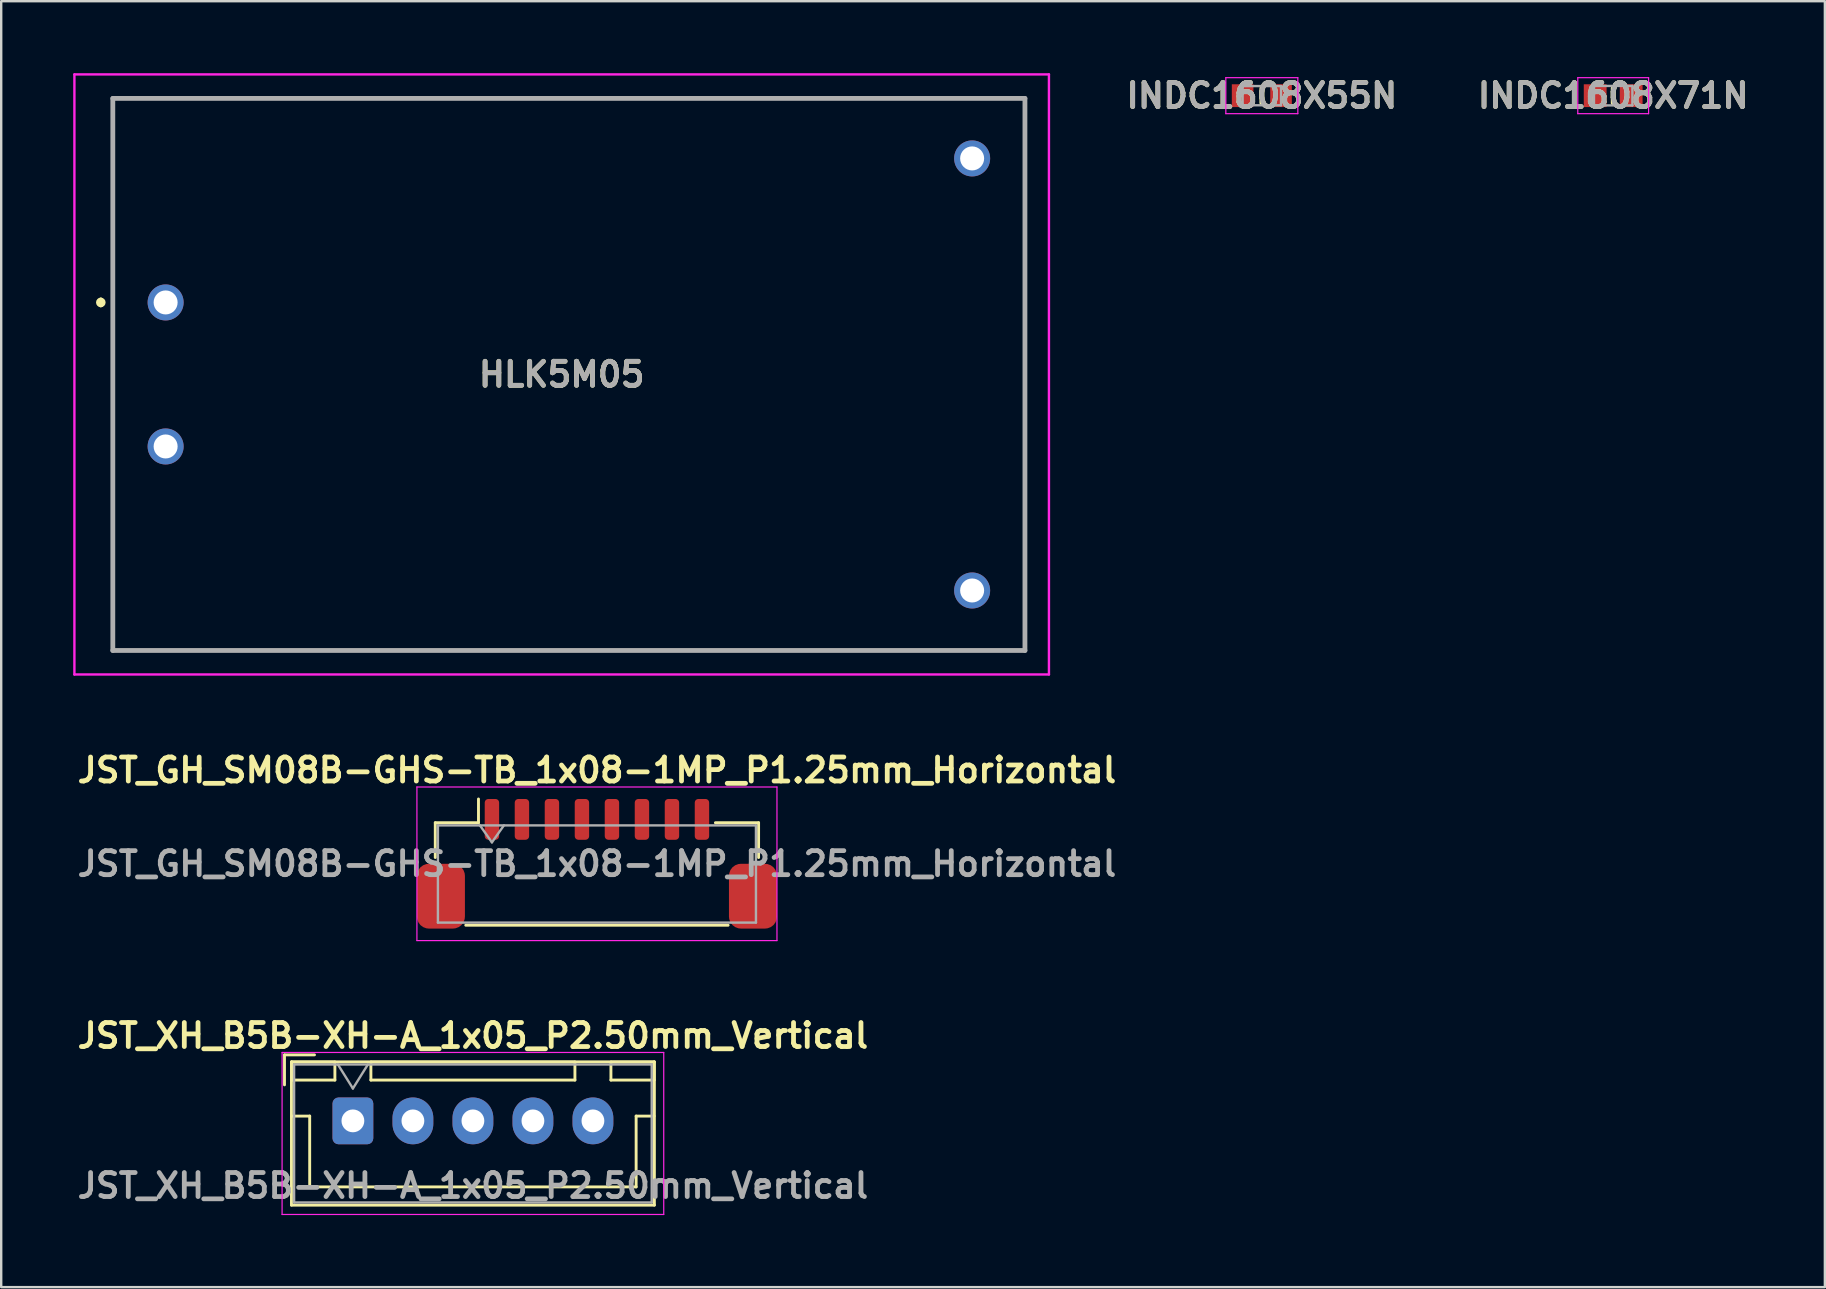
<source format=kicad_pcb>
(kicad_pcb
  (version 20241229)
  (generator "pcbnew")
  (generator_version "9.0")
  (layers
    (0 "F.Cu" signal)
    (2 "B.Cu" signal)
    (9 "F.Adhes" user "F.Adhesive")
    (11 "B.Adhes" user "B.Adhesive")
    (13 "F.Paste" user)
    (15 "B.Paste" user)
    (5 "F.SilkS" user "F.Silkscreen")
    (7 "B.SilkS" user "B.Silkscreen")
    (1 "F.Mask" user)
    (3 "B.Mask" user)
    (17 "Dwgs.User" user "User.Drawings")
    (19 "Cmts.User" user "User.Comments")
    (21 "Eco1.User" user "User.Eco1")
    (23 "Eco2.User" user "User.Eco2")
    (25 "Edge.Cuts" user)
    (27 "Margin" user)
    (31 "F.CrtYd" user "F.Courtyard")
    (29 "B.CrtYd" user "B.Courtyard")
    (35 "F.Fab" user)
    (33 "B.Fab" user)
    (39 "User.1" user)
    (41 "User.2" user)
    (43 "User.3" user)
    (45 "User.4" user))
  (footprint "INDC1608X55N"
    (layer "F.Cu")
    (at 49.519 0.936)
    (property "Reference" "INDC1608X55N" (at 0 0 0) (layer "F.SilkS") (effects (font (size 1 1) (thickness 0.2))))
    (attr smd)
    (fp_line (start 0 -0.3) (end 0 0.3) (stroke (width 0.2) (type solid)) (layer "F.SilkS"))
    (fp_line (start -1.5 -0.75) (end 1.5 -0.75) (stroke (width 0.05) (type solid)) (layer "F.CrtYd"))
    (fp_line (start -1.5 0.75) (end -1.5 -0.75) (stroke (width 0.05) (type solid)) (layer "F.CrtYd"))
    (fp_line (start 1.5 -0.75) (end 1.5 0.75) (stroke (width 0.05) (type solid)) (layer "F.CrtYd"))
    (fp_line (start 1.5 0.75) (end -1.5 0.75) (stroke (width 0.05) (type solid)) (layer "F.CrtYd"))
    (fp_line (start -0.8 -0.4) (end 0.8 -0.4) (stroke (width 0.1) (type solid)) (layer "F.Fab"))
    (fp_line (start -0.8 0.4) (end -0.8 -0.4) (stroke (width 0.1) (type solid)) (layer "F.Fab"))
    (fp_line (start 0.8 -0.4) (end 0.8 0.4) (stroke (width 0.1) (type solid)) (layer "F.Fab"))
    (fp_line (start 0.8 0.4) (end -0.8 0.4) (stroke (width 0.1) (type solid)) (layer "F.Fab"))
    (fp_text user "${REFERENCE}" (at 0 0 0) (layer "F.Fab") (effects (font (size 1 1) (thickness 0.2))))
    (pad "1" smd rect (at -0.8 0) (size 0.9 0.95) (layers "F.Cu" "F.Mask" "F.Paste"))
    (pad "2" smd rect (at 0.8 0) (size 0.9 0.95) (layers "F.Cu" "F.Mask" "F.Paste")))
  (footprint "JST_XH_B5B-XH-A_1x05_P2.50mm_Vertical"
    (layer "F.Cu")
    (at 16.652 43.647)
    (property "Reference" "JST_XH_B5B-XH-A_1x05_P2.50mm_Vertical" (at 0 -3.55 0) (layer "F.SilkS") (effects (font (size 1 1) (thickness 0.2))))
    (attr through_hole)
    (fp_line (start -7.85 -2.75) (end -7.85 -1.5) (stroke (width 0.12) (type solid)) (layer "F.SilkS"))
    (fp_line (start -7.56 -2.46) (end -7.56 3.51) (stroke (width 0.12) (type solid)) (layer "F.SilkS"))
    (fp_line (start -7.56 3.51) (end 7.56 3.51) (stroke (width 0.12) (type solid)) (layer "F.SilkS"))
    (fp_line (start -7.55 -2.45) (end -7.55 -1.7) (stroke (width 0.12) (type solid)) (layer "F.SilkS"))
    (fp_line (start -7.55 -1.7) (end -5.75 -1.7) (stroke (width 0.12) (type solid)) (layer "F.SilkS"))
    (fp_line (start -7.55 -0.2) (end -6.8 -0.2) (stroke (width 0.12) (type solid)) (layer "F.SilkS"))
    (fp_line (start -6.8 -0.2) (end -6.8 2.75) (stroke (width 0.12) (type solid)) (layer "F.SilkS"))
    (fp_line (start -6.8 2.75) (end 0 2.75) (stroke (width 0.12) (type solid)) (layer "F.SilkS"))
    (fp_line (start -6.6 -2.75) (end -7.85 -2.75) (stroke (width 0.12) (type solid)) (layer "F.SilkS"))
    (fp_line (start -5.75 -2.45) (end -7.55 -2.45) (stroke (width 0.12) (type solid)) (layer "F.SilkS"))
    (fp_line (start -5.75 -1.7) (end -5.75 -2.45) (stroke (width 0.12) (type solid)) (layer "F.SilkS"))
    (fp_line (start -4.25 -2.45) (end -4.25 -1.7) (stroke (width 0.12) (type solid)) (layer "F.SilkS"))
    (fp_line (start -4.25 -1.7) (end 4.25 -1.7) (stroke (width 0.12) (type solid)) (layer "F.SilkS"))
    (fp_line (start 4.25 -2.45) (end -4.25 -2.45) (stroke (width 0.12) (type solid)) (layer "F.SilkS"))
    (fp_line (start 4.25 -1.7) (end 4.25 -2.45) (stroke (width 0.12) (type solid)) (layer "F.SilkS"))
    (fp_line (start 5.75 -2.45) (end 5.75 -1.7) (stroke (width 0.12) (type solid)) (layer "F.SilkS"))
    (fp_line (start 5.75 -1.7) (end 7.55 -1.7) (stroke (width 0.12) (type solid)) (layer "F.SilkS"))
    (fp_line (start 6.8 -0.2) (end 6.8 2.75) (stroke (width 0.12) (type solid)) (layer "F.SilkS"))
    (fp_line (start 6.8 2.75) (end 0 2.75) (stroke (width 0.12) (type solid)) (layer "F.SilkS"))
    (fp_line (start 7.55 -2.45) (end 5.75 -2.45) (stroke (width 0.12) (type solid)) (layer "F.SilkS"))
    (fp_line (start 7.55 -1.7) (end 7.55 -2.45) (stroke (width 0.12) (type solid)) (layer "F.SilkS"))
    (fp_line (start 7.55 -0.2) (end 6.8 -0.2) (stroke (width 0.12) (type solid)) (layer "F.SilkS"))
    (fp_line (start 7.56 -2.46) (end -7.56 -2.46) (stroke (width 0.12) (type solid)) (layer "F.SilkS"))
    (fp_line (start 7.56 3.51) (end 7.56 -2.46) (stroke (width 0.12) (type solid)) (layer "F.SilkS"))
    (fp_line (start -7.95 -2.85) (end -7.95 3.9) (stroke (width 0.05) (type solid)) (layer "F.CrtYd"))
    (fp_line (start -7.95 3.9) (end 7.95 3.9) (stroke (width 0.05) (type solid)) (layer "F.CrtYd"))
    (fp_line (start 7.95 -2.85) (end -7.95 -2.85) (stroke (width 0.05) (type solid)) (layer "F.CrtYd"))
    (fp_line (start 7.95 3.9) (end 7.95 -2.85) (stroke (width 0.05) (type solid)) (layer "F.CrtYd"))
    (fp_line (start -7.45 -2.35) (end -7.45 3.4) (stroke (width 0.1) (type solid)) (layer "F.Fab"))
    (fp_line (start -7.45 3.4) (end 7.45 3.4) (stroke (width 0.1) (type solid)) (layer "F.Fab"))
    (fp_line (start -5.625 -2.35) (end -5 -1.35) (stroke (width 0.1) (type solid)) (layer "F.Fab"))
    (fp_line (start -5 -1.35) (end -4.375 -2.35) (stroke (width 0.1) (type solid)) (layer "F.Fab"))
    (fp_line (start 7.45 -2.35) (end -7.45 -2.35) (stroke (width 0.1) (type solid)) (layer "F.Fab"))
    (fp_line (start 7.45 3.4) (end 7.45 -2.35) (stroke (width 0.1) (type solid)) (layer "F.Fab"))
    (fp_text user "${REFERENCE}" (at 0 2.7 0) (layer "F.Fab") (effects (font (size 1 1) (thickness 0.2))))
    (pad "1" thru_hole roundrect (at -5 0) (size 1.7 1.95) (drill 0.95) (layers "*.Cu" "*.Mask") (roundrect_rratio 0.147))
    (pad "2" thru_hole oval (at -2.5 0) (size 1.7 1.95) (drill 0.95) (layers "*.Cu" "*.Mask"))
    (pad "3" thru_hole oval (at 0 0) (size 1.7 1.95) (drill 0.95) (layers "*.Cu" "*.Mask"))
    (pad "4" thru_hole oval (at 2.5 0) (size 1.7 1.95) (drill 0.95) (layers "*.Cu" "*.Mask"))
    (pad "5" thru_hole oval (at 5 0) (size 1.7 1.95) (drill 0.95) (layers "*.Cu" "*.Mask")))
  (footprint "INDC1608X71N"
    (layer "F.Cu")
    (at 64.157 0.936)
    (property "Reference" "INDC1608X71N" (at 0 0 0) (layer "F.SilkS") (effects (font (size 1 1) (thickness 0.2))))
    (attr smd)
    (fp_line (start 0 -0.305) (end 0 0.305) (stroke (width 0.2) (type solid)) (layer "F.SilkS"))
    (fp_line (start -1.475 -0.75) (end 1.475 -0.75) (stroke (width 0.05) (type solid)) (layer "F.CrtYd"))
    (fp_line (start -1.475 0.75) (end -1.475 -0.75) (stroke (width 0.05) (type solid)) (layer "F.CrtYd"))
    (fp_line (start 1.475 -0.75) (end 1.475 0.75) (stroke (width 0.05) (type solid)) (layer "F.CrtYd"))
    (fp_line (start 1.475 0.75) (end -1.475 0.75) (stroke (width 0.05) (type solid)) (layer "F.CrtYd"))
    (fp_line (start -0.8 -0.405) (end 0.8 -0.405) (stroke (width 0.1) (type solid)) (layer "F.Fab"))
    (fp_line (start -0.8 0.405) (end -0.8 -0.405) (stroke (width 0.1) (type solid)) (layer "F.Fab"))
    (fp_line (start 0.8 -0.405) (end 0.8 0.405) (stroke (width 0.1) (type solid)) (layer "F.Fab"))
    (fp_line (start 0.8 0.405) (end -0.8 0.405) (stroke (width 0.1) (type solid)) (layer "F.Fab"))
    (fp_text user "${REFERENCE}" (at 0 0 0) (layer "F.Fab") (effects (font (size 1 1) (thickness 0.2))))
    (pad "1" smd rect (at -0.75 0 90) (size 0.95 0.95) (layers "F.Cu" "F.Mask" "F.Paste"))
    (pad "2" smd rect (at 0.75 0 90) (size 0.95 0.95) (layers "F.Cu" "F.Mask" "F.Paste")))
  (footprint "HLK5M05"
    (layer "F.Cu")
    (at 20.65 12.55)
    (property "Reference" "HLK5M05" (at -0.3 0 0) (layer "F.SilkS") (effects (font (size 1 1) (thickness 0.2))))
    (attr through_hole)
    (fp_line (start -19.5 -3.1) (end -19.5 -3.1) (stroke (width 0.2) (type solid)) (layer "F.SilkS"))
    (fp_line (start -19.5 -2.9) (end -19.5 -2.9) (stroke (width 0.2) (type solid)) (layer "F.SilkS"))
    (fp_line (start -19 -11.5) (end 19 -11.5) (stroke (width 0.1) (type solid)) (layer "F.SilkS"))
    (fp_line (start -19 11.5) (end -19 -11.5) (stroke (width 0.1) (type solid)) (layer "F.SilkS"))
    (fp_line (start 19 -11.5) (end 19 11.5) (stroke (width 0.1) (type solid)) (layer "F.SilkS"))
    (fp_line (start 19 11.5) (end -19 11.5) (stroke (width 0.1) (type solid)) (layer "F.SilkS"))
    (fp_arc (start -19.5 -3.1) (mid -19.4 -3) (end -19.5 -2.9) (stroke (width 0.2) (type solid)) (layer "F.SilkS"))
    (fp_arc (start -19.5 -2.9) (mid -19.6 -3) (end -19.5 -3.1) (stroke (width 0.2) (type solid)) (layer "F.SilkS"))
    (fp_line (start -20.6 -12.5) (end 20 -12.5) (stroke (width 0.1) (type solid)) (layer "F.CrtYd"))
    (fp_line (start -20.6 12.5) (end -20.6 -12.5) (stroke (width 0.1) (type solid)) (layer "F.CrtYd"))
    (fp_line (start 20 -12.5) (end 20 12.5) (stroke (width 0.1) (type solid)) (layer "F.CrtYd"))
    (fp_line (start 20 12.5) (end -20.6 12.5) (stroke (width 0.1) (type solid)) (layer "F.CrtYd"))
    (fp_line (start -19 -11.5) (end 19 -11.5) (stroke (width 0.2) (type solid)) (layer "F.Fab"))
    (fp_line (start -19 11.5) (end -19 -11.5) (stroke (width 0.2) (type solid)) (layer "F.Fab"))
    (fp_line (start 19 -11.5) (end 19 11.5) (stroke (width 0.2) (type solid)) (layer "F.Fab"))
    (fp_line (start 19 11.5) (end -19 11.5) (stroke (width 0.2) (type solid)) (layer "F.Fab"))
    (fp_text user "${REFERENCE}" (at -0.3 0 0) (layer "F.Fab") (effects (font (size 1 1) (thickness 0.2))))
    (pad "1" thru_hole circle (at -16.8 -3) (size 1.5 1.5) (drill 1) (layers "*.Cu" "*.Mask"))
    (pad "2" thru_hole circle (at -16.8 3) (size 1.5 1.5) (drill 1) (layers "*.Cu" "*.Mask"))
    (pad "3" thru_hole circle (at 16.8 -9) (size 1.5 1.5) (drill 1) (layers "*.Cu" "*.Mask"))
    (pad "4" thru_hole circle (at 16.8 9) (size 1.5 1.5) (drill 1) (layers "*.Cu" "*.Mask")))
  (footprint "JST_GH_SM08B-GHS-TB_1x08-1MP_P1.25mm_Horizontal"
    (layer "F.Cu")
    (at 21.819 32.936)
    (property "Reference" "JST_GH_SM08B-GHS-TB_1x08-1MP_P1.25mm_Horizontal" (at 0 -3.9 0) (layer "F.SilkS") (effects (font (size 1 1) (thickness 0.2))))
    (attr smd)
    (fp_line (start -6.735 -1.71) (end -4.935 -1.71) (stroke (width 0.12) (type solid)) (layer "F.SilkS"))
    (fp_line (start -6.735 -0.26) (end -6.735 -1.71) (stroke (width 0.12) (type solid)) (layer "F.SilkS"))
    (fp_line (start -5.465 2.56) (end 5.465 2.56) (stroke (width 0.12) (type solid)) (layer "F.SilkS"))
    (fp_line (start -4.935 -1.71) (end -4.935 -2.7) (stroke (width 0.12) (type solid)) (layer "F.SilkS"))
    (fp_line (start 6.735 -1.71) (end 4.935 -1.71) (stroke (width 0.12) (type solid)) (layer "F.SilkS"))
    (fp_line (start 6.735 -0.26) (end 6.735 -1.71) (stroke (width 0.12) (type solid)) (layer "F.SilkS"))
    (fp_line (start -7.5 -3.2) (end -7.5 3.2) (stroke (width 0.05) (type solid)) (layer "F.CrtYd"))
    (fp_line (start -7.5 3.2) (end 7.5 3.2) (stroke (width 0.05) (type solid)) (layer "F.CrtYd"))
    (fp_line (start 7.5 -3.2) (end -7.5 -3.2) (stroke (width 0.05) (type solid)) (layer "F.CrtYd"))
    (fp_line (start 7.5 3.2) (end 7.5 -3.2) (stroke (width 0.05) (type solid)) (layer "F.CrtYd"))
    (fp_line (start -6.625 -1.6) (end -6.625 2.45) (stroke (width 0.1) (type solid)) (layer "F.Fab"))
    (fp_line (start -6.625 -1.6) (end 6.625 -1.6) (stroke (width 0.1) (type solid)) (layer "F.Fab"))
    (fp_line (start -6.625 2.45) (end 6.625 2.45) (stroke (width 0.1) (type solid)) (layer "F.Fab"))
    (fp_line (start -4.875 -1.6) (end -4.375 -0.893) (stroke (width 0.1) (type solid)) (layer "F.Fab"))
    (fp_line (start -4.375 -0.893) (end -3.875 -1.6) (stroke (width 0.1) (type solid)) (layer "F.Fab"))
    (fp_line (start 6.625 -1.6) (end 6.625 2.45) (stroke (width 0.1) (type solid)) (layer "F.Fab"))
    (fp_text user "${REFERENCE}" (at 0 0 0) (layer "F.Fab") (effects (font (size 1 1) (thickness 0.2))))
    (pad "0" smd roundrect (at -6.5 1.35) (size 2 2.7) (layers "F.Cu" "F.Mask" "F.Paste") (roundrect_rratio 0.25))
    (pad "0" smd roundrect (at 6.5 1.35) (size 2 2.7) (layers "F.Cu" "F.Mask" "F.Paste") (roundrect_rratio 0.25))
    (pad "1" smd roundrect (at -4.375 -1.85) (size 0.6 1.7) (layers "F.Cu" "F.Mask" "F.Paste") (roundrect_rratio 0.25))
    (pad "2" smd roundrect (at -3.125 -1.85) (size 0.6 1.7) (layers "F.Cu" "F.Mask" "F.Paste") (roundrect_rratio 0.25))
    (pad "3" smd roundrect (at -1.875 -1.85) (size 0.6 1.7) (layers "F.Cu" "F.Mask" "F.Paste") (roundrect_rratio 0.25))
    (pad "4" smd roundrect (at -0.625 -1.85) (size 0.6 1.7) (layers "F.Cu" "F.Mask" "F.Paste") (roundrect_rratio 0.25))
    (pad "5" smd roundrect (at 0.625 -1.85) (size 0.6 1.7) (layers "F.Cu" "F.Mask" "F.Paste") (roundrect_rratio 0.25))
    (pad "6" smd roundrect (at 1.875 -1.85) (size 0.6 1.7) (layers "F.Cu" "F.Mask" "F.Paste") (roundrect_rratio 0.25))
    (pad "7" smd roundrect (at 3.125 -1.85) (size 0.6 1.7) (layers "F.Cu" "F.Mask" "F.Paste") (roundrect_rratio 0.25))
    (pad "8" smd roundrect (at 4.375 -1.85) (size 0.6 1.7) (layers "F.Cu" "F.Mask" "F.Paste") (roundrect_rratio 0.25)))
  (gr_rect
    (start -3 -3)
    (end 72.976 50.572)
    (stroke (width 0.1) (type default))
    (fill no)
    (layer "Edge.Cuts")))
</source>
